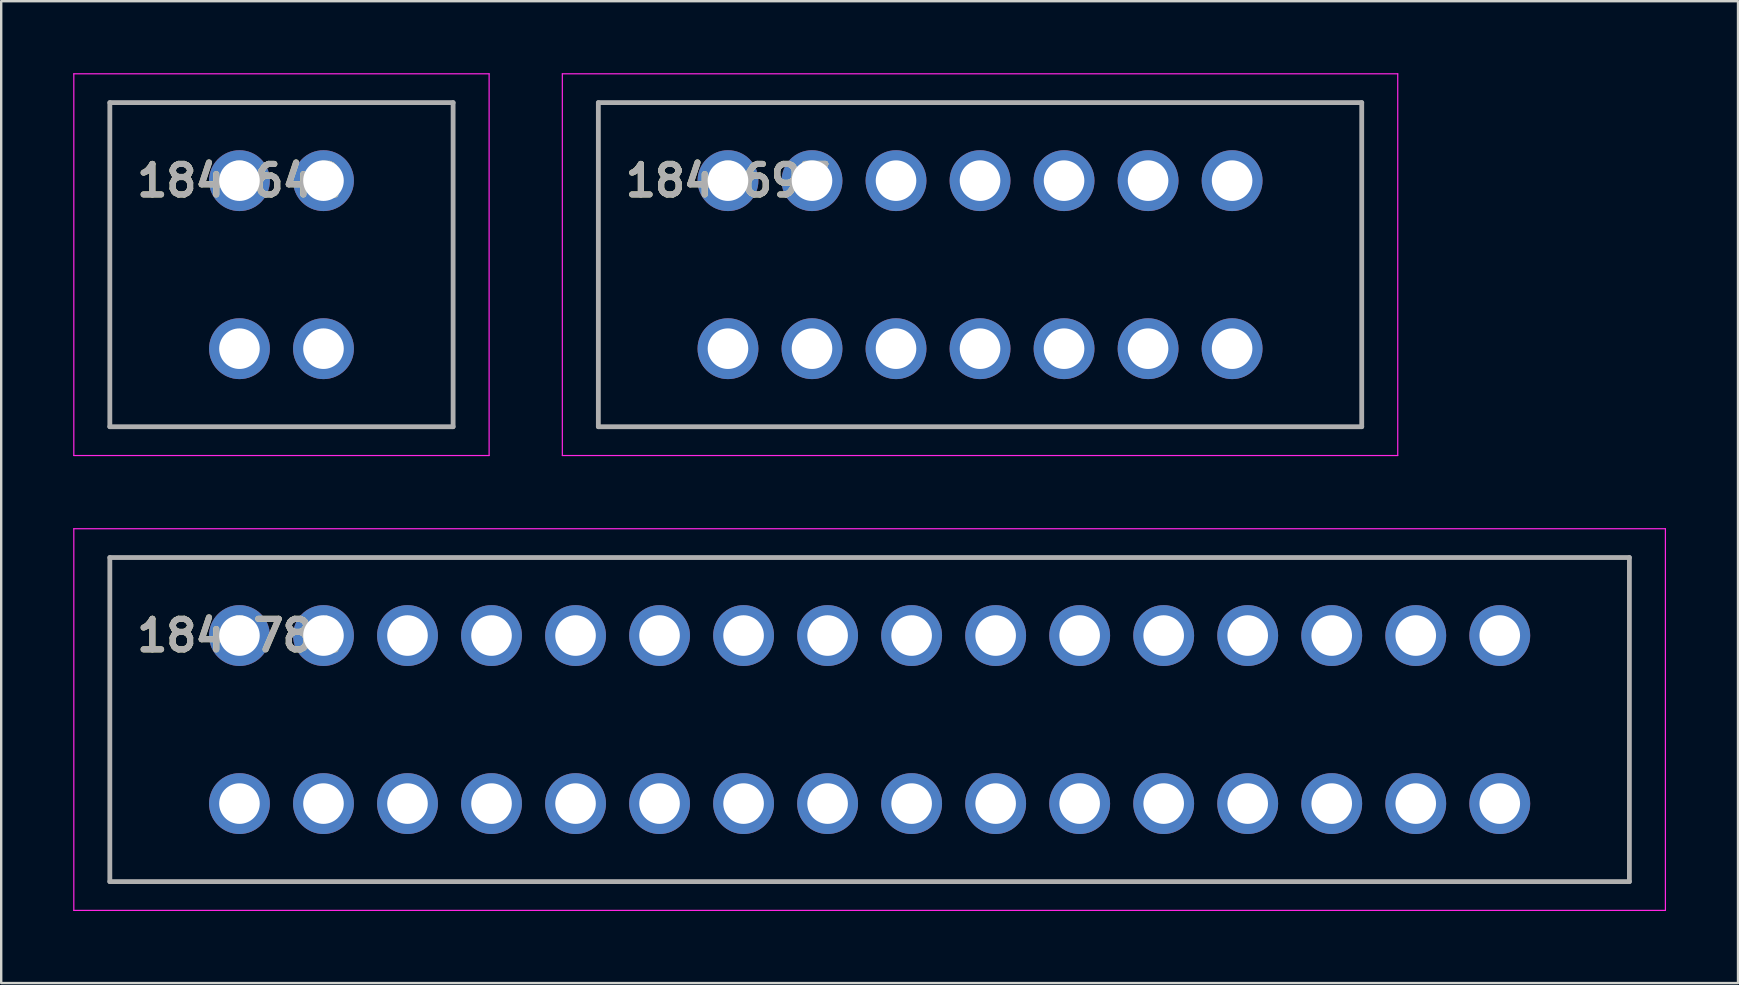
<source format=kicad_pcb>
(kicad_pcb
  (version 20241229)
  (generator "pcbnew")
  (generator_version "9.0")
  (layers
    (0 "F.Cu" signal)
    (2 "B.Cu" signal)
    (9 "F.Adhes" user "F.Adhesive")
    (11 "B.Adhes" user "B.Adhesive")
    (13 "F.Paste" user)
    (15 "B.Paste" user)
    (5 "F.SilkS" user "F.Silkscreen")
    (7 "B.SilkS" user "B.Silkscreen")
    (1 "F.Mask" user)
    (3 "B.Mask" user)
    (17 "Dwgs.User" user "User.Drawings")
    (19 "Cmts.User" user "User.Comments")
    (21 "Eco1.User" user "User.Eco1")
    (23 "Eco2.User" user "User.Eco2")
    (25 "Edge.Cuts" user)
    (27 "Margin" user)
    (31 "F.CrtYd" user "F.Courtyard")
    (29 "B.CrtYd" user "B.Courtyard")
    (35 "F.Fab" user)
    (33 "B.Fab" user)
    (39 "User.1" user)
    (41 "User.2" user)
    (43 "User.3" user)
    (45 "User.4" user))
  (footprint "1848781"
    (layer "F.Cu")
    (at 6.925 23.425)
    (property "Reference" "1848781" (at 0 0 0) (layer "F.SilkS") (effects (font (size 1.27 1.27) (thickness 0.254))))
    (attr through_hole)
    (fp_line (start -5.4 -3.25) (end 57.9 -3.25) (stroke (width 0.1) (type solid)) (layer "F.SilkS"))
    (fp_line (start 57.9 10.25) (end -5.4 10.25) (stroke (width 0.1) (type solid)) (layer "F.SilkS"))
    (fp_line (start -6.9 -4.45) (end 59.4 -4.45) (stroke (width 0.05) (type solid)) (layer "F.CrtYd"))
    (fp_line (start -6.9 11.45) (end -6.9 -4.45) (stroke (width 0.05) (type solid)) (layer "F.CrtYd"))
    (fp_line (start 59.4 -4.45) (end 59.4 11.45) (stroke (width 0.05) (type solid)) (layer "F.CrtYd"))
    (fp_line (start 59.4 11.45) (end -6.9 11.45) (stroke (width 0.05) (type solid)) (layer "F.CrtYd"))
    (fp_line (start -5.4 -3.25) (end 57.9 -3.25) (stroke (width 0.2) (type solid)) (layer "F.Fab"))
    (fp_line (start -5.4 10.25) (end -5.4 -3.25) (stroke (width 0.2) (type solid)) (layer "F.Fab"))
    (fp_line (start 57.9 -3.25) (end 57.9 10.25) (stroke (width 0.2) (type solid)) (layer "F.Fab"))
    (fp_line (start 57.9 10.25) (end -5.4 10.25) (stroke (width 0.2) (type solid)) (layer "F.Fab"))
    (fp_text user "${REFERENCE}" (at 0 0 0) (layer "F.Fab") (effects (font (size 1.27 1.27) (thickness 0.254))))
    (pad "" np_thru_hole circle (at -4.25 3.5) (size 0.001 0.001) (drill 3.3) (layers "*.Cu" "*.Mask"))
    (pad "" np_thru_hole circle (at -4 9) (size 0.001 0.001) (drill 1.6) (layers "*.Cu" "*.Mask"))
    (pad "" np_thru_hole circle (at -3.5 0) (size 0.001 0.001) (drill 1.6) (layers "*.Cu" "*.Mask"))
    (pad "" np_thru_hole circle (at -3.5 7) (size 0.001 0.001) (drill 1.6) (layers "*.Cu" "*.Mask"))
    (pad "" np_thru_hole circle (at -2.5 -2) (size 0.001 0.001) (drill 1.6) (layers "*.Cu" "*.Mask"))
    (pad "" np_thru_hole circle (at 56 0) (size 0.001 0.001) (drill 1.6) (layers "*.Cu" "*.Mask"))
    (pad "" np_thru_hole circle (at 56 7) (size 0.001 0.001) (drill 1.6) (layers "*.Cu" "*.Mask"))
    (pad "" np_thru_hole circle (at 56.5 -2) (size 0.001 0.001) (drill 1.6) (layers "*.Cu" "*.Mask"))
    (pad "" np_thru_hole circle (at 56.5 9) (size 0.001 0.001) (drill 1.6) (layers "*.Cu" "*.Mask"))
    (pad "" np_thru_hole circle (at 56.75 3.5) (size 0.001 0.001) (drill 3.3) (layers "*.Cu" "*.Mask"))
    (pad "1" thru_hole circle (at 0 0) (size 2.535 2.535) (drill 1.69) (layers "*.Cu" "*.Mask"))
    (pad "2" thru_hole circle (at 3.5 0) (size 2.535 2.535) (drill 1.69) (layers "*.Cu" "*.Mask"))
    (pad "3" thru_hole circle (at 7 0) (size 2.535 2.535) (drill 1.69) (layers "*.Cu" "*.Mask"))
    (pad "4" thru_hole circle (at 10.5 0) (size 2.535 2.535) (drill 1.69) (layers "*.Cu" "*.Mask"))
    (pad "5" thru_hole circle (at 14 0) (size 2.535 2.535) (drill 1.69) (layers "*.Cu" "*.Mask"))
    (pad "6" thru_hole circle (at 17.5 0) (size 2.535 2.535) (drill 1.69) (layers "*.Cu" "*.Mask"))
    (pad "7" thru_hole circle (at 21 0) (size 2.535 2.535) (drill 1.69) (layers "*.Cu" "*.Mask"))
    (pad "8" thru_hole circle (at 24.5 0) (size 2.535 2.535) (drill 1.69) (layers "*.Cu" "*.Mask"))
    (pad "9" thru_hole circle (at 28 0) (size 2.535 2.535) (drill 1.69) (layers "*.Cu" "*.Mask"))
    (pad "10" thru_hole circle (at 31.5 0) (size 2.535 2.535) (drill 1.69) (layers "*.Cu" "*.Mask"))
    (pad "11" thru_hole circle (at 35 0) (size 2.535 2.535) (drill 1.69) (layers "*.Cu" "*.Mask"))
    (pad "12" thru_hole circle (at 38.5 0) (size 2.535 2.535) (drill 1.69) (layers "*.Cu" "*.Mask"))
    (pad "13" thru_hole circle (at 42 0) (size 2.535 2.535) (drill 1.69) (layers "*.Cu" "*.Mask"))
    (pad "14" thru_hole circle (at 45.5 0) (size 2.535 2.535) (drill 1.69) (layers "*.Cu" "*.Mask"))
    (pad "15" thru_hole circle (at 49 0) (size 2.535 2.535) (drill 1.69) (layers "*.Cu" "*.Mask"))
    (pad "16" thru_hole circle (at 52.5 0) (size 2.535 2.535) (drill 1.69) (layers "*.Cu" "*.Mask"))
    (pad "17" thru_hole circle (at 0 7) (size 2.535 2.535) (drill 1.69) (layers "*.Cu" "*.Mask"))
    (pad "18" thru_hole circle (at 3.5 7) (size 2.535 2.535) (drill 1.69) (layers "*.Cu" "*.Mask"))
    (pad "19" thru_hole circle (at 7 7) (size 2.535 2.535) (drill 1.69) (layers "*.Cu" "*.Mask"))
    (pad "20" thru_hole circle (at 10.5 7) (size 2.535 2.535) (drill 1.69) (layers "*.Cu" "*.Mask"))
    (pad "21" thru_hole circle (at 14 7) (size 2.535 2.535) (drill 1.69) (layers "*.Cu" "*.Mask"))
    (pad "22" thru_hole circle (at 17.5 7) (size 2.535 2.535) (drill 1.69) (layers "*.Cu" "*.Mask"))
    (pad "23" thru_hole circle (at 21 7) (size 2.535 2.535) (drill 1.69) (layers "*.Cu" "*.Mask"))
    (pad "24" thru_hole circle (at 24.5 7) (size 2.535 2.535) (drill 1.69) (layers "*.Cu" "*.Mask"))
    (pad "25" thru_hole circle (at 28 7) (size 2.535 2.535) (drill 1.69) (layers "*.Cu" "*.Mask"))
    (pad "26" thru_hole circle (at 31.5 7) (size 2.535 2.535) (drill 1.69) (layers "*.Cu" "*.Mask"))
    (pad "27" thru_hole circle (at 35 7) (size 2.535 2.535) (drill 1.69) (layers "*.Cu" "*.Mask"))
    (pad "28" thru_hole circle (at 38.5 7) (size 2.535 2.535) (drill 1.69) (layers "*.Cu" "*.Mask"))
    (pad "29" thru_hole circle (at 42 7) (size 2.535 2.535) (drill 1.69) (layers "*.Cu" "*.Mask"))
    (pad "30" thru_hole circle (at 45.5 7) (size 2.535 2.535) (drill 1.69) (layers "*.Cu" "*.Mask"))
    (pad "31" thru_hole circle (at 49 7) (size 2.535 2.535) (drill 1.69) (layers "*.Cu" "*.Mask"))
    (pad "32" thru_hole circle (at 52.5 7) (size 2.535 2.535) (drill 1.69) (layers "*.Cu" "*.Mask")))
  (footprint "1848642"
    (layer "F.Cu")
    (at 6.925 4.475)
    (property "Reference" "1848642" (at 0 0 0) (layer "F.SilkS") (effects (font (size 1.27 1.27) (thickness 0.254))))
    (attr through_hole)
    (fp_line (start -5.4 -3.25) (end 8.9 -3.25) (stroke (width 0.1) (type solid)) (layer "F.SilkS"))
    (fp_line (start 8.9 10.25) (end -5.4 10.25) (stroke (width 0.1) (type solid)) (layer "F.SilkS"))
    (fp_line (start -6.9 -4.45) (end 10.4 -4.45) (stroke (width 0.05) (type solid)) (layer "F.CrtYd"))
    (fp_line (start -6.9 11.45) (end -6.9 -4.45) (stroke (width 0.05) (type solid)) (layer "F.CrtYd"))
    (fp_line (start 10.4 -4.45) (end 10.4 11.45) (stroke (width 0.05) (type solid)) (layer "F.CrtYd"))
    (fp_line (start 10.4 11.45) (end -6.9 11.45) (stroke (width 0.05) (type solid)) (layer "F.CrtYd"))
    (fp_line (start -5.4 -3.25) (end 8.9 -3.25) (stroke (width 0.2) (type solid)) (layer "F.Fab"))
    (fp_line (start -5.4 10.25) (end -5.4 -3.25) (stroke (width 0.2) (type solid)) (layer "F.Fab"))
    (fp_line (start 8.9 -3.25) (end 8.9 10.25) (stroke (width 0.2) (type solid)) (layer "F.Fab"))
    (fp_line (start 8.9 10.25) (end -5.4 10.25) (stroke (width 0.2) (type solid)) (layer "F.Fab"))
    (fp_text user "${REFERENCE}" (at 0 0 0) (layer "F.Fab") (effects (font (size 1.27 1.27) (thickness 0.254))))
    (pad "" np_thru_hole circle (at -4.25 3.5) (size 0.001 0.001) (drill 3.3) (layers "*.Cu" "*.Mask"))
    (pad "" np_thru_hole circle (at -4 9) (size 0.001 0.001) (drill 1.6) (layers "*.Cu" "*.Mask"))
    (pad "" np_thru_hole circle (at -3.5 0) (size 0.001 0.001) (drill 1.6) (layers "*.Cu" "*.Mask"))
    (pad "" np_thru_hole circle (at -3.5 7) (size 0.001 0.001) (drill 1.6) (layers "*.Cu" "*.Mask"))
    (pad "" np_thru_hole circle (at -2.5 -2) (size 0.001 0.001) (drill 1.6) (layers "*.Cu" "*.Mask"))
    (pad "" np_thru_hole circle (at 7 0) (size 0.001 0.001) (drill 1.6) (layers "*.Cu" "*.Mask"))
    (pad "" np_thru_hole circle (at 7 7) (size 0.001 0.001) (drill 1.6) (layers "*.Cu" "*.Mask"))
    (pad "" np_thru_hole circle (at 7.5 -2) (size 0.001 0.001) (drill 1.6) (layers "*.Cu" "*.Mask"))
    (pad "" np_thru_hole circle (at 7.5 9) (size 0.001 0.001) (drill 1.6) (layers "*.Cu" "*.Mask"))
    (pad "" np_thru_hole circle (at 7.75 3.5) (size 0.001 0.001) (drill 3.3) (layers "*.Cu" "*.Mask"))
    (pad "1" thru_hole circle (at 0 0) (size 2.535 2.535) (drill 1.69) (layers "*.Cu" "*.Mask"))
    (pad "2" thru_hole circle (at 3.5 0) (size 2.535 2.535) (drill 1.69) (layers "*.Cu" "*.Mask"))
    (pad "3" thru_hole circle (at 0 7) (size 2.535 2.535) (drill 1.69) (layers "*.Cu" "*.Mask"))
    (pad "4" thru_hole circle (at 3.5 7) (size 2.535 2.535) (drill 1.69) (layers "*.Cu" "*.Mask")))
  (footprint "1848697"
    (layer "F.Cu")
    (at 27.275 4.475)
    (property "Reference" "1848697" (at 0 0 0) (layer "F.SilkS") (effects (font (size 1.27 1.27) (thickness 0.254))))
    (attr through_hole)
    (fp_line (start -5.4 -3.25) (end 26.4 -3.25) (stroke (width 0.1) (type solid)) (layer "F.SilkS"))
    (fp_line (start 26.4 10.25) (end -5.4 10.25) (stroke (width 0.1) (type solid)) (layer "F.SilkS"))
    (fp_line (start -6.9 -4.45) (end 27.9 -4.45) (stroke (width 0.05) (type solid)) (layer "F.CrtYd"))
    (fp_line (start -6.9 11.45) (end -6.9 -4.45) (stroke (width 0.05) (type solid)) (layer "F.CrtYd"))
    (fp_line (start 27.9 -4.45) (end 27.9 11.45) (stroke (width 0.05) (type solid)) (layer "F.CrtYd"))
    (fp_line (start 27.9 11.45) (end -6.9 11.45) (stroke (width 0.05) (type solid)) (layer "F.CrtYd"))
    (fp_line (start -5.4 -3.25) (end 26.4 -3.25) (stroke (width 0.2) (type solid)) (layer "F.Fab"))
    (fp_line (start -5.4 10.25) (end -5.4 -3.25) (stroke (width 0.2) (type solid)) (layer "F.Fab"))
    (fp_line (start 26.4 -3.25) (end 26.4 10.25) (stroke (width 0.2) (type solid)) (layer "F.Fab"))
    (fp_line (start 26.4 10.25) (end -5.4 10.25) (stroke (width 0.2) (type solid)) (layer "F.Fab"))
    (fp_text user "${REFERENCE}" (at 0 0 0) (layer "F.Fab") (effects (font (size 1.27 1.27) (thickness 0.254))))
    (pad "" np_thru_hole circle (at -4.25 3.5) (size 0.001 0.001) (drill 3.3) (layers "*.Cu" "*.Mask"))
    (pad "" np_thru_hole circle (at -4 9) (size 0.001 0.001) (drill 1.6) (layers "*.Cu" "*.Mask"))
    (pad "" np_thru_hole circle (at -3.5 0) (size 0.001 0.001) (drill 1.6) (layers "*.Cu" "*.Mask"))
    (pad "" np_thru_hole circle (at -3.5 7) (size 0.001 0.001) (drill 1.6) (layers "*.Cu" "*.Mask"))
    (pad "" np_thru_hole circle (at -2.5 -2) (size 0.001 0.001) (drill 1.6) (layers "*.Cu" "*.Mask"))
    (pad "" np_thru_hole circle (at 24.5 0) (size 0.001 0.001) (drill 1.6) (layers "*.Cu" "*.Mask"))
    (pad "" np_thru_hole circle (at 24.5 7) (size 0.001 0.001) (drill 1.6) (layers "*.Cu" "*.Mask"))
    (pad "" np_thru_hole circle (at 25 -2) (size 0.001 0.001) (drill 1.6) (layers "*.Cu" "*.Mask"))
    (pad "" np_thru_hole circle (at 25 9) (size 0.001 0.001) (drill 1.6) (layers "*.Cu" "*.Mask"))
    (pad "" np_thru_hole circle (at 25.25 3.5) (size 0.001 0.001) (drill 3.3) (layers "*.Cu" "*.Mask"))
    (pad "1" thru_hole circle (at 0 0) (size 2.535 2.535) (drill 1.69) (layers "*.Cu" "*.Mask"))
    (pad "2" thru_hole circle (at 3.5 0) (size 2.535 2.535) (drill 1.69) (layers "*.Cu" "*.Mask"))
    (pad "3" thru_hole circle (at 7 0) (size 2.535 2.535) (drill 1.69) (layers "*.Cu" "*.Mask"))
    (pad "4" thru_hole circle (at 10.5 0) (size 2.535 2.535) (drill 1.69) (layers "*.Cu" "*.Mask"))
    (pad "5" thru_hole circle (at 14 0) (size 2.535 2.535) (drill 1.69) (layers "*.Cu" "*.Mask"))
    (pad "6" thru_hole circle (at 17.5 0) (size 2.535 2.535) (drill 1.69) (layers "*.Cu" "*.Mask"))
    (pad "7" thru_hole circle (at 21 0) (size 2.535 2.535) (drill 1.69) (layers "*.Cu" "*.Mask"))
    (pad "8" thru_hole circle (at 0 7) (size 2.535 2.535) (drill 1.69) (layers "*.Cu" "*.Mask"))
    (pad "9" thru_hole circle (at 3.5 7) (size 2.535 2.535) (drill 1.69) (layers "*.Cu" "*.Mask"))
    (pad "10" thru_hole circle (at 7 7) (size 2.535 2.535) (drill 1.69) (layers "*.Cu" "*.Mask"))
    (pad "11" thru_hole circle (at 10.5 7) (size 2.535 2.535) (drill 1.69) (layers "*.Cu" "*.Mask"))
    (pad "12" thru_hole circle (at 14 7) (size 2.535 2.535) (drill 1.69) (layers "*.Cu" "*.Mask"))
    (pad "13" thru_hole circle (at 17.5 7) (size 2.535 2.535) (drill 1.69) (layers "*.Cu" "*.Mask"))
    (pad "14" thru_hole circle (at 21 7) (size 2.535 2.535) (drill 1.69) (layers "*.Cu" "*.Mask")))
  (gr_rect
    (start -3 -3)
    (end 69.35 37.9)
    (stroke (width 0.1) (type default))
    (fill no)
    (layer "Edge.Cuts")))
</source>
